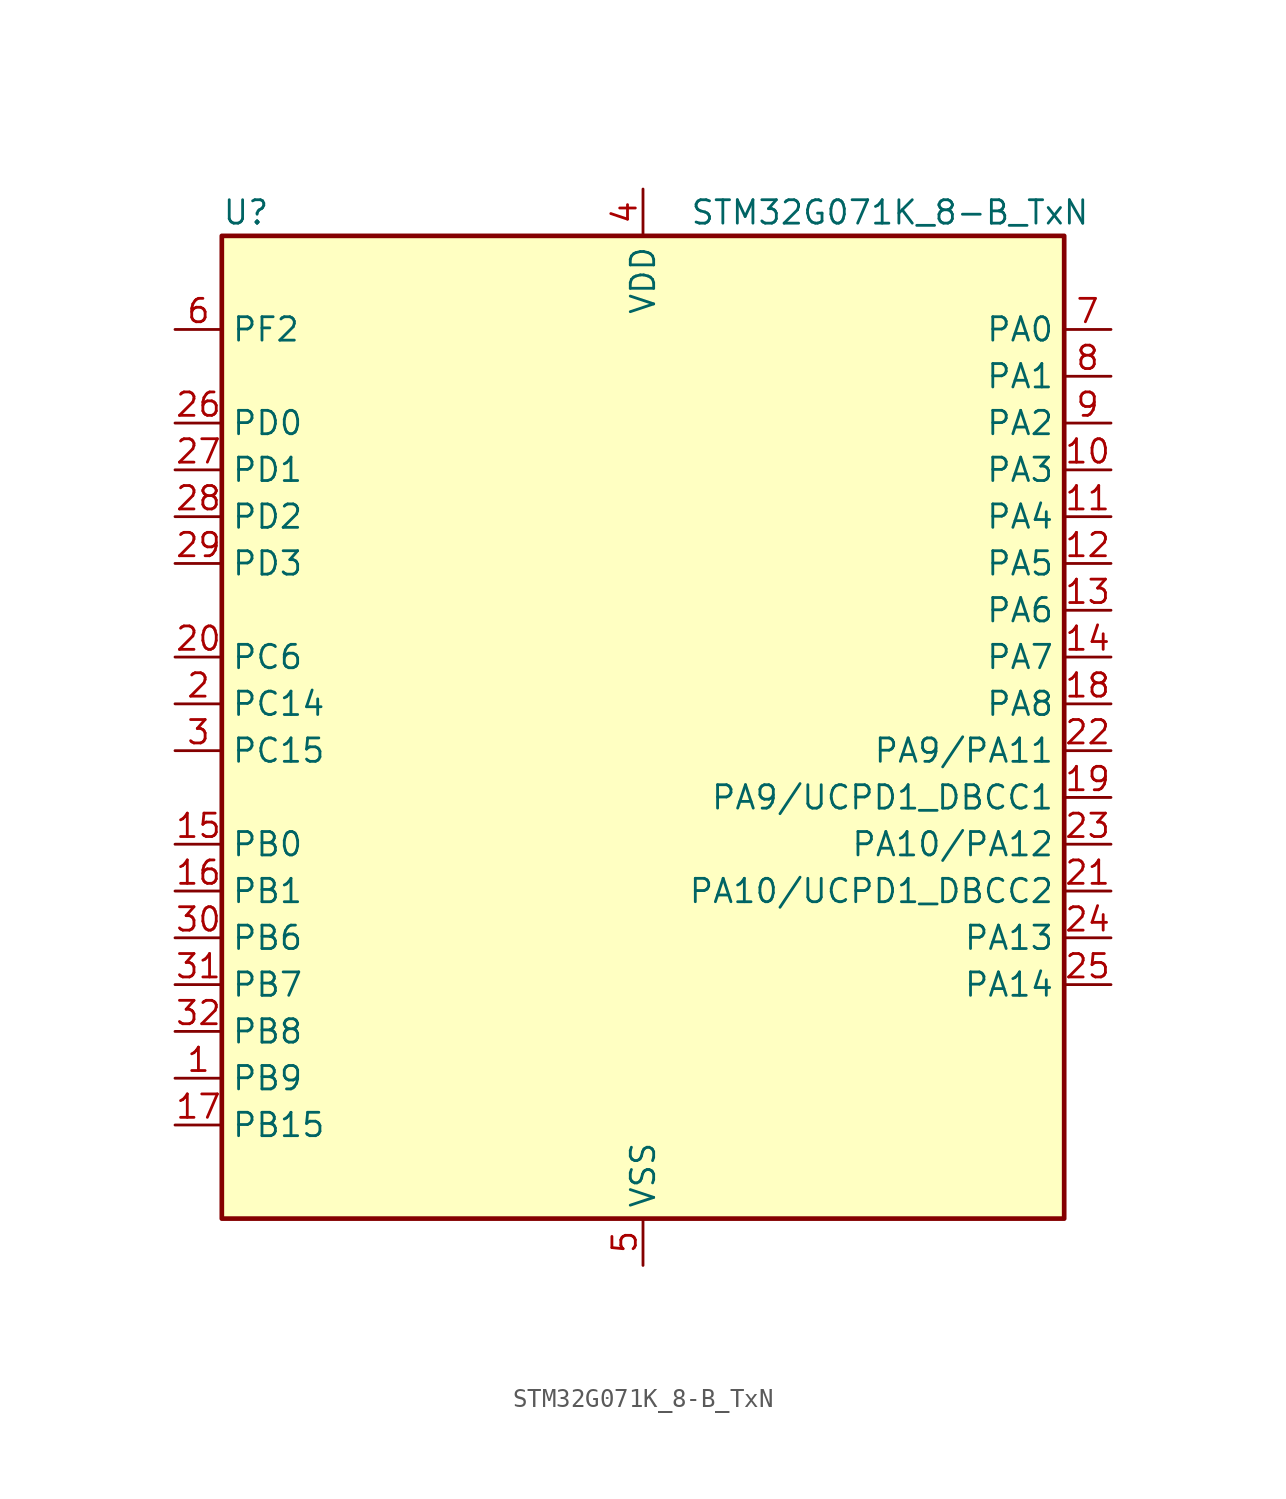
<source format=kicad_sym>
(kicad_symbol_lib
  (version 20231120)
  (generator "kicad-library-utils")
  (generator_version "8.0")
  (symbol "STM32G071K_8-B_TxN"
    (property "Reference" "U"
      (at -22.86 29.21 0)
      (effects (font (size 1.27 1.27)) (justify left)))
    (property "Value" "STM32G071K_8-B_TxN"
      (at 2.54 29.21 0)
      (effects (font (size 1.27 1.27)) (justify left)))
    (symbol "STM32G071K_8-B_TxN_0_1"
      (rectangle (start -22.86 -25.4) (end 22.86 27.94) (stroke (width 0.254) (type default)) (fill (type background))))
    (symbol "STM32G071K_8-B_TxN_1_1"
      (pin bidirectional line (at -25.4 -17.78 0) (length 2.54) (name "PB9" (effects (font (size 1.27 1.27)))) (number "1" (effects (font (size 1.27 1.27)))) (alternate "DAC1_EXTI9" bidirectional line) (alternate "I2C1_SDA" bidirectional line) (alternate "IR_OUT" bidirectional line) (alternate "SPI2_NSS" bidirectional line) (alternate "TIM17_CH1" bidirectional line) (alternate "UCPD2_FRSTX1" bidirectional line) (alternate "UCPD2_FRSTX2" bidirectional line) (alternate "USART3_RX" bidirectional line))
      (pin bidirectional line (at 25.4 15.24 180) (length 2.54) (name "PA3" (effects (font (size 1.27 1.27)))) (number "10" (effects (font (size 1.27 1.27)))) (alternate "ADC1_IN3" bidirectional line) (alternate "COMP2_INP" bidirectional line) (alternate "LPUART1_RX" bidirectional line) (alternate "SPI2_MISO" bidirectional line) (alternate "TIM15_CH2" bidirectional line) (alternate "TIM2_CH4" bidirectional line) (alternate "UCPD2_FRSTX1" bidirectional line) (alternate "UCPD2_FRSTX2" bidirectional line) (alternate "USART2_RX" bidirectional line))
      (pin bidirectional line (at 25.4 12.7 180) (length 2.54) (name "PA4" (effects (font (size 1.27 1.27)))) (number "11" (effects (font (size 1.27 1.27)))) (alternate "ADC1_IN4" bidirectional line) (alternate "DAC1_OUT1" bidirectional line) (alternate "I2S1_WS" bidirectional line) (alternate "LPTIM2_OUT" bidirectional line) (alternate "RTC_OUT_ALARM" bidirectional line) (alternate "RTC_OUT_CALIB" bidirectional line) (alternate "RTC_TAMP_IN1" bidirectional line) (alternate "RTC_TS" bidirectional line) (alternate "SPI1_NSS" bidirectional line) (alternate "SPI2_MOSI" bidirectional line) (alternate "SYS_WKUP2" bidirectional line) (alternate "TIM14_CH1" bidirectional line) (alternate "UCPD2_FRSTX1" bidirectional line) (alternate "UCPD2_FRSTX2" bidirectional line))
      (pin bidirectional line (at 25.4 10.16 180) (length 2.54) (name "PA5" (effects (font (size 1.27 1.27)))) (number "12" (effects (font (size 1.27 1.27)))) (alternate "ADC1_IN5" bidirectional line) (alternate "CEC" bidirectional line) (alternate "DAC1_OUT2" bidirectional line) (alternate "I2S1_CK" bidirectional line) (alternate "LPTIM2_ETR" bidirectional line) (alternate "SPI1_SCK" bidirectional line) (alternate "TIM2_CH1" bidirectional line) (alternate "TIM2_ETR" bidirectional line) (alternate "UCPD1_FRSTX1" bidirectional line) (alternate "UCPD1_FRSTX2" bidirectional line) (alternate "USART3_TX" bidirectional line))
      (pin bidirectional line (at 25.4 7.62 180) (length 2.54) (name "PA6" (effects (font (size 1.27 1.27)))) (number "13" (effects (font (size 1.27 1.27)))) (alternate "ADC1_IN6" bidirectional line) (alternate "COMP1_OUT" bidirectional line) (alternate "I2S1_MCK" bidirectional line) (alternate "LPUART1_CTS" bidirectional line) (alternate "SPI1_MISO" bidirectional line) (alternate "TIM16_CH1" bidirectional line) (alternate "TIM1_BK" bidirectional line) (alternate "TIM3_CH1" bidirectional line) (alternate "USART3_CTS" bidirectional line) (alternate "USART3_NSS" bidirectional line))
      (pin bidirectional line (at 25.4 5.08 180) (length 2.54) (name "PA7" (effects (font (size 1.27 1.27)))) (number "14" (effects (font (size 1.27 1.27)))) (alternate "ADC1_IN7" bidirectional line) (alternate "COMP2_OUT" bidirectional line) (alternate "I2S1_SD" bidirectional line) (alternate "SPI1_MOSI" bidirectional line) (alternate "TIM14_CH1" bidirectional line) (alternate "TIM17_CH1" bidirectional line) (alternate "TIM1_CH1N" bidirectional line) (alternate "TIM3_CH2" bidirectional line) (alternate "UCPD1_FRSTX1" bidirectional line) (alternate "UCPD1_FRSTX2" bidirectional line))
      (pin bidirectional line (at -25.4 -5.08 0) (length 2.54) (name "PB0" (effects (font (size 1.27 1.27)))) (number "15" (effects (font (size 1.27 1.27)))) (alternate "ADC1_IN8" bidirectional line) (alternate "COMP1_OUT" bidirectional line) (alternate "I2S1_WS" bidirectional line) (alternate "LPTIM1_OUT" bidirectional line) (alternate "SPI1_NSS" bidirectional line) (alternate "TIM1_CH2N" bidirectional line) (alternate "TIM3_CH3" bidirectional line) (alternate "UCPD1_FRSTX1" bidirectional line) (alternate "UCPD1_FRSTX2" bidirectional line) (alternate "USART3_RX" bidirectional line))
      (pin bidirectional line (at -25.4 -7.62 0) (length 2.54) (name "PB1" (effects (font (size 1.27 1.27)))) (number "16" (effects (font (size 1.27 1.27)))) (alternate "ADC1_IN9" bidirectional line) (alternate "COMP1_INM" bidirectional line) (alternate "LPTIM2_IN1" bidirectional line) (alternate "LPUART1_DE" bidirectional line) (alternate "LPUART1_RTS" bidirectional line) (alternate "TIM14_CH1" bidirectional line) (alternate "TIM1_CH3N" bidirectional line) (alternate "TIM3_CH4" bidirectional line) (alternate "USART3_CK" bidirectional line) (alternate "USART3_DE" bidirectional line) (alternate "USART3_RTS" bidirectional line))
      (pin bidirectional line (at -25.4 -20.32 0) (length 2.54) (name "PB15" (effects (font (size 1.27 1.27)))) (number "17" (effects (font (size 1.27 1.27)))) (alternate "RTC_REFIN" bidirectional line) (alternate "SPI2_MOSI" bidirectional line) (alternate "TIM15_CH1N" bidirectional line) (alternate "TIM15_CH2" bidirectional line) (alternate "TIM1_CH3N" bidirectional line) (alternate "UCPD1_CC2" bidirectional line))
      (pin bidirectional line (at 25.4 2.54 180) (length 2.54) (name "PA8" (effects (font (size 1.27 1.27)))) (number "18" (effects (font (size 1.27 1.27)))) (alternate "LPTIM2_OUT" bidirectional line) (alternate "RCC_MCO" bidirectional line) (alternate "SPI2_NSS" bidirectional line) (alternate "TIM1_CH1" bidirectional line) (alternate "UCPD1_CC1" bidirectional line))
      (pin bidirectional line (at 25.4 -2.54 180) (length 2.54) (name "PA9/UCPD1_DBCC1" (effects (font (size 1.27 1.27)))) (number "19" (effects (font (size 1.27 1.27)))) (alternate "PA9" bidirectional line) (alternate "DAC1_EXTI9 (PA9)" bidirectional line) (alternate "I2C1_SCL (PA9)" bidirectional line) (alternate "RCC_MCO (PA9)" bidirectional line) (alternate "SPI2_MISO (PA9)" bidirectional line) (alternate "TIM15_BK (PA9)" bidirectional line) (alternate "TIM1_CH2 (PA9)" bidirectional line) (alternate "UCPD1_DBCC1 (PA9)" bidirectional line) (alternate "USART1_TX (PA9)" bidirectional line) (alternate "UCPD1_DBCC1" bidirectional line) (alternate "UCPD1_DBCC1 (UCPD1_DBCC1)" bidirectional line))
      (pin bidirectional line (at -25.4 2.54 0) (length 2.54) (name "PC14" (effects (font (size 1.27 1.27)))) (number "2" (effects (font (size 1.27 1.27)))) (alternate "RCC_OSC32_IN" bidirectional line) (alternate "RCC_OSC_IN" bidirectional line) (alternate "TIM1_BK2" bidirectional line))
      (pin bidirectional line (at -25.4 5.08 0) (length 2.54) (name "PC6" (effects (font (size 1.27 1.27)))) (number "20" (effects (font (size 1.27 1.27)))) (alternate "TIM2_CH3" bidirectional line) (alternate "TIM3_CH1" bidirectional line) (alternate "UCPD1_FRSTX1" bidirectional line) (alternate "UCPD1_FRSTX2" bidirectional line))
      (pin bidirectional line (at 25.4 -7.62 180) (length 2.54) (name "PA10/UCPD1_DBCC2" (effects (font (size 1.27 1.27)))) (number "21" (effects (font (size 1.27 1.27)))) (alternate "PA10" bidirectional line) (alternate "I2C1_SDA (PA10)" bidirectional line) (alternate "SPI2_MOSI (PA10)" bidirectional line) (alternate "TIM17_BK (PA10)" bidirectional line) (alternate "TIM1_CH3 (PA10)" bidirectional line) (alternate "UCPD1_DBCC2 (PA10)" bidirectional line) (alternate "USART1_RX (PA10)" bidirectional line) (alternate "UCPD1_DBCC2" bidirectional line) (alternate "UCPD1_DBCC2 (UCPD1_DBCC2)" bidirectional line))
      (pin bidirectional line (at 25.4 0 180) (length 2.54) (name "PA9/PA11" (effects (font (size 1.27 1.27)))) (number "22" (effects (font (size 1.27 1.27)))) (alternate "PA9" bidirectional line) (alternate "DAC1_EXTI9 (PA9)" bidirectional line) (alternate "I2C1_SCL (PA9)" bidirectional line) (alternate "RCC_MCO (PA9)" bidirectional line) (alternate "SPI2_MISO (PA9)" bidirectional line) (alternate "TIM15_BK (PA9)" bidirectional line) (alternate "TIM1_CH2 (PA9)" bidirectional line) (alternate "USART1_TX (PA9)" bidirectional line) (alternate "PA11" bidirectional line) (alternate "ADC1_EXTI11 (PA11)" bidirectional line) (alternate "COMP1_OUT (PA11)" bidirectional line) (alternate "I2C2_SCL (PA11)" bidirectional line) (alternate "I2S1_MCK (PA11)" bidirectional line) (alternate "SPI1_MISO (PA11)" bidirectional line) (alternate "TIM1_BK2 (PA11)" bidirectional line) (alternate "TIM1_CH4 (PA11)" bidirectional line) (alternate "USART1_CTS (PA11)" bidirectional line) (alternate "USART1_NSS (PA11)" bidirectional line))
      (pin bidirectional line (at 25.4 -5.08 180) (length 2.54) (name "PA10/PA12" (effects (font (size 1.27 1.27)))) (number "23" (effects (font (size 1.27 1.27)))) (alternate "PA10" bidirectional line) (alternate "I2C1_SDA (PA10)" bidirectional line) (alternate "SPI2_MOSI (PA10)" bidirectional line) (alternate "TIM17_BK (PA10)" bidirectional line) (alternate "TIM1_CH3 (PA10)" bidirectional line) (alternate "USART1_RX (PA10)" bidirectional line) (alternate "PA12" bidirectional line) (alternate "COMP2_OUT (PA12)" bidirectional line) (alternate "I2C2_SDA (PA12)" bidirectional line) (alternate "I2S1_SD (PA12)" bidirectional line) (alternate "I2S_CKIN (PA12)" bidirectional line) (alternate "SPI1_MOSI (PA12)" bidirectional line) (alternate "TIM1_ETR (PA12)" bidirectional line) (alternate "USART1_CK (PA12)" bidirectional line) (alternate "USART1_DE (PA12)" bidirectional line) (alternate "USART1_RTS (PA12)" bidirectional line))
      (pin bidirectional line (at 25.4 -10.16 180) (length 2.54) (name "PA13" (effects (font (size 1.27 1.27)))) (number "24" (effects (font (size 1.27 1.27)))) (alternate "IR_OUT" bidirectional line) (alternate "SYS_SWDIO" bidirectional line))
      (pin bidirectional line (at 25.4 -12.7 180) (length 2.54) (name "PA14" (effects (font (size 1.27 1.27)))) (number "25" (effects (font (size 1.27 1.27)))) (alternate "SYS_SWCLK" bidirectional line) (alternate "USART2_TX" bidirectional line))
      (pin bidirectional line (at -25.4 17.78 0) (length 2.54) (name "PD0" (effects (font (size 1.27 1.27)))) (number "26" (effects (font (size 1.27 1.27)))) (alternate "SPI2_NSS" bidirectional line) (alternate "TIM16_CH1" bidirectional line) (alternate "UCPD2_CC1" bidirectional line))
      (pin bidirectional line (at -25.4 15.24 0) (length 2.54) (name "PD1" (effects (font (size 1.27 1.27)))) (number "27" (effects (font (size 1.27 1.27)))) (alternate "SPI2_SCK" bidirectional line) (alternate "TIM17_CH1" bidirectional line) (alternate "UCPD2_DBCC1" bidirectional line))
      (pin bidirectional line (at -25.4 12.7 0) (length 2.54) (name "PD2" (effects (font (size 1.27 1.27)))) (number "28" (effects (font (size 1.27 1.27)))) (alternate "TIM1_CH1N" bidirectional line) (alternate "TIM3_ETR" bidirectional line) (alternate "UCPD2_CC2" bidirectional line) (alternate "USART3_CK" bidirectional line) (alternate "USART3_DE" bidirectional line) (alternate "USART3_RTS" bidirectional line))
      (pin bidirectional line (at -25.4 10.16 0) (length 2.54) (name "PD3" (effects (font (size 1.27 1.27)))) (number "29" (effects (font (size 1.27 1.27)))) (alternate "SPI2_MISO" bidirectional line) (alternate "TIM1_CH2N" bidirectional line) (alternate "UCPD2_DBCC2" bidirectional line) (alternate "USART2_CTS" bidirectional line) (alternate "USART2_NSS" bidirectional line))
      (pin bidirectional line (at -25.4 0 0) (length 2.54) (name "PC15" (effects (font (size 1.27 1.27)))) (number "3" (effects (font (size 1.27 1.27)))) (alternate "RCC_OSC32_EN" bidirectional line) (alternate "RCC_OSC32_OUT" bidirectional line) (alternate "RCC_OSC_EN" bidirectional line) (alternate "TIM15_BK" bidirectional line))
      (pin bidirectional line (at -25.4 -10.16 0) (length 2.54) (name "PB6" (effects (font (size 1.27 1.27)))) (number "30" (effects (font (size 1.27 1.27)))) (alternate "COMP2_INP" bidirectional line) (alternate "I2C1_SCL" bidirectional line) (alternate "LPTIM1_ETR" bidirectional line) (alternate "SPI2_MISO" bidirectional line) (alternate "TIM16_CH1N" bidirectional line) (alternate "TIM1_CH3" bidirectional line) (alternate "USART1_TX" bidirectional line))
      (pin bidirectional line (at -25.4 -12.7 0) (length 2.54) (name "PB7" (effects (font (size 1.27 1.27)))) (number "31" (effects (font (size 1.27 1.27)))) (alternate "COMP2_INM" bidirectional line) (alternate "I2C1_SDA" bidirectional line) (alternate "LPTIM1_IN2" bidirectional line) (alternate "SPI2_MOSI" bidirectional line) (alternate "SYS_PVD_IN" bidirectional line) (alternate "TIM17_CH1N" bidirectional line) (alternate "USART1_RX" bidirectional line) (alternate "USART4_CTS" bidirectional line) (alternate "USART4_NSS" bidirectional line))
      (pin bidirectional line (at -25.4 -15.24 0) (length 2.54) (name "PB8" (effects (font (size 1.27 1.27)))) (number "32" (effects (font (size 1.27 1.27)))) (alternate "CEC" bidirectional line) (alternate "I2C1_SCL" bidirectional line) (alternate "SPI2_SCK" bidirectional line) (alternate "TIM15_BK" bidirectional line) (alternate "TIM16_CH1" bidirectional line) (alternate "USART3_TX" bidirectional line))
      (pin power_in line (at 0 30.48 270) (length 2.54) (name "VDD" (effects (font (size 1.27 1.27)))) (number "4" (effects (font (size 1.27 1.27)))))
      (pin power_in line (at 0 -27.94 90) (length 2.54) (name "VSS" (effects (font (size 1.27 1.27)))) (number "5" (effects (font (size 1.27 1.27)))))
      (pin bidirectional line (at -25.4 22.86 0) (length 2.54) (name "PF2" (effects (font (size 1.27 1.27)))) (number "6" (effects (font (size 1.27 1.27)))) (alternate "RCC_MCO" bidirectional line))
      (pin bidirectional line (at 25.4 22.86 180) (length 2.54) (name "PA0" (effects (font (size 1.27 1.27)))) (number "7" (effects (font (size 1.27 1.27)))) (alternate "ADC1_IN0" bidirectional line) (alternate "COMP1_INM" bidirectional line) (alternate "COMP1_OUT" bidirectional line) (alternate "LPTIM1_OUT" bidirectional line) (alternate "RTC_TAMP_IN2" bidirectional line) (alternate "SPI2_SCK" bidirectional line) (alternate "SYS_WKUP1" bidirectional line) (alternate "TIM2_CH1" bidirectional line) (alternate "TIM2_ETR" bidirectional line) (alternate "UCPD2_FRSTX1" bidirectional line) (alternate "UCPD2_FRSTX2" bidirectional line) (alternate "USART2_CTS" bidirectional line) (alternate "USART2_NSS" bidirectional line) (alternate "USART4_TX" bidirectional line))
      (pin bidirectional line (at 25.4 20.32 180) (length 2.54) (name "PA1" (effects (font (size 1.27 1.27)))) (number "8" (effects (font (size 1.27 1.27)))) (alternate "ADC1_IN1" bidirectional line) (alternate "COMP1_INP" bidirectional line) (alternate "I2C1_SMBA" bidirectional line) (alternate "I2S1_CK" bidirectional line) (alternate "SPI1_SCK" bidirectional line) (alternate "TIM15_CH1N" bidirectional line) (alternate "TIM2_CH2" bidirectional line) (alternate "USART2_CK" bidirectional line) (alternate "USART2_DE" bidirectional line) (alternate "USART2_RTS" bidirectional line) (alternate "USART4_RX" bidirectional line))
      (pin bidirectional line (at 25.4 17.78 180) (length 2.54) (name "PA2" (effects (font (size 1.27 1.27)))) (number "9" (effects (font (size 1.27 1.27)))) (alternate "ADC1_IN2" bidirectional line) (alternate "COMP2_INM" bidirectional line) (alternate "COMP2_OUT" bidirectional line) (alternate "I2S1_SD" bidirectional line) (alternate "LPUART1_TX" bidirectional line) (alternate "RCC_LSCO" bidirectional line) (alternate "SPI1_MOSI" bidirectional line) (alternate "SYS_WKUP4" bidirectional line) (alternate "TIM15_CH1" bidirectional line) (alternate "TIM2_CH3" bidirectional line) (alternate "UCPD1_FRSTX1" bidirectional line) (alternate "UCPD1_FRSTX2" bidirectional line) (alternate "USART2_TX" bidirectional line)))))
</source>
